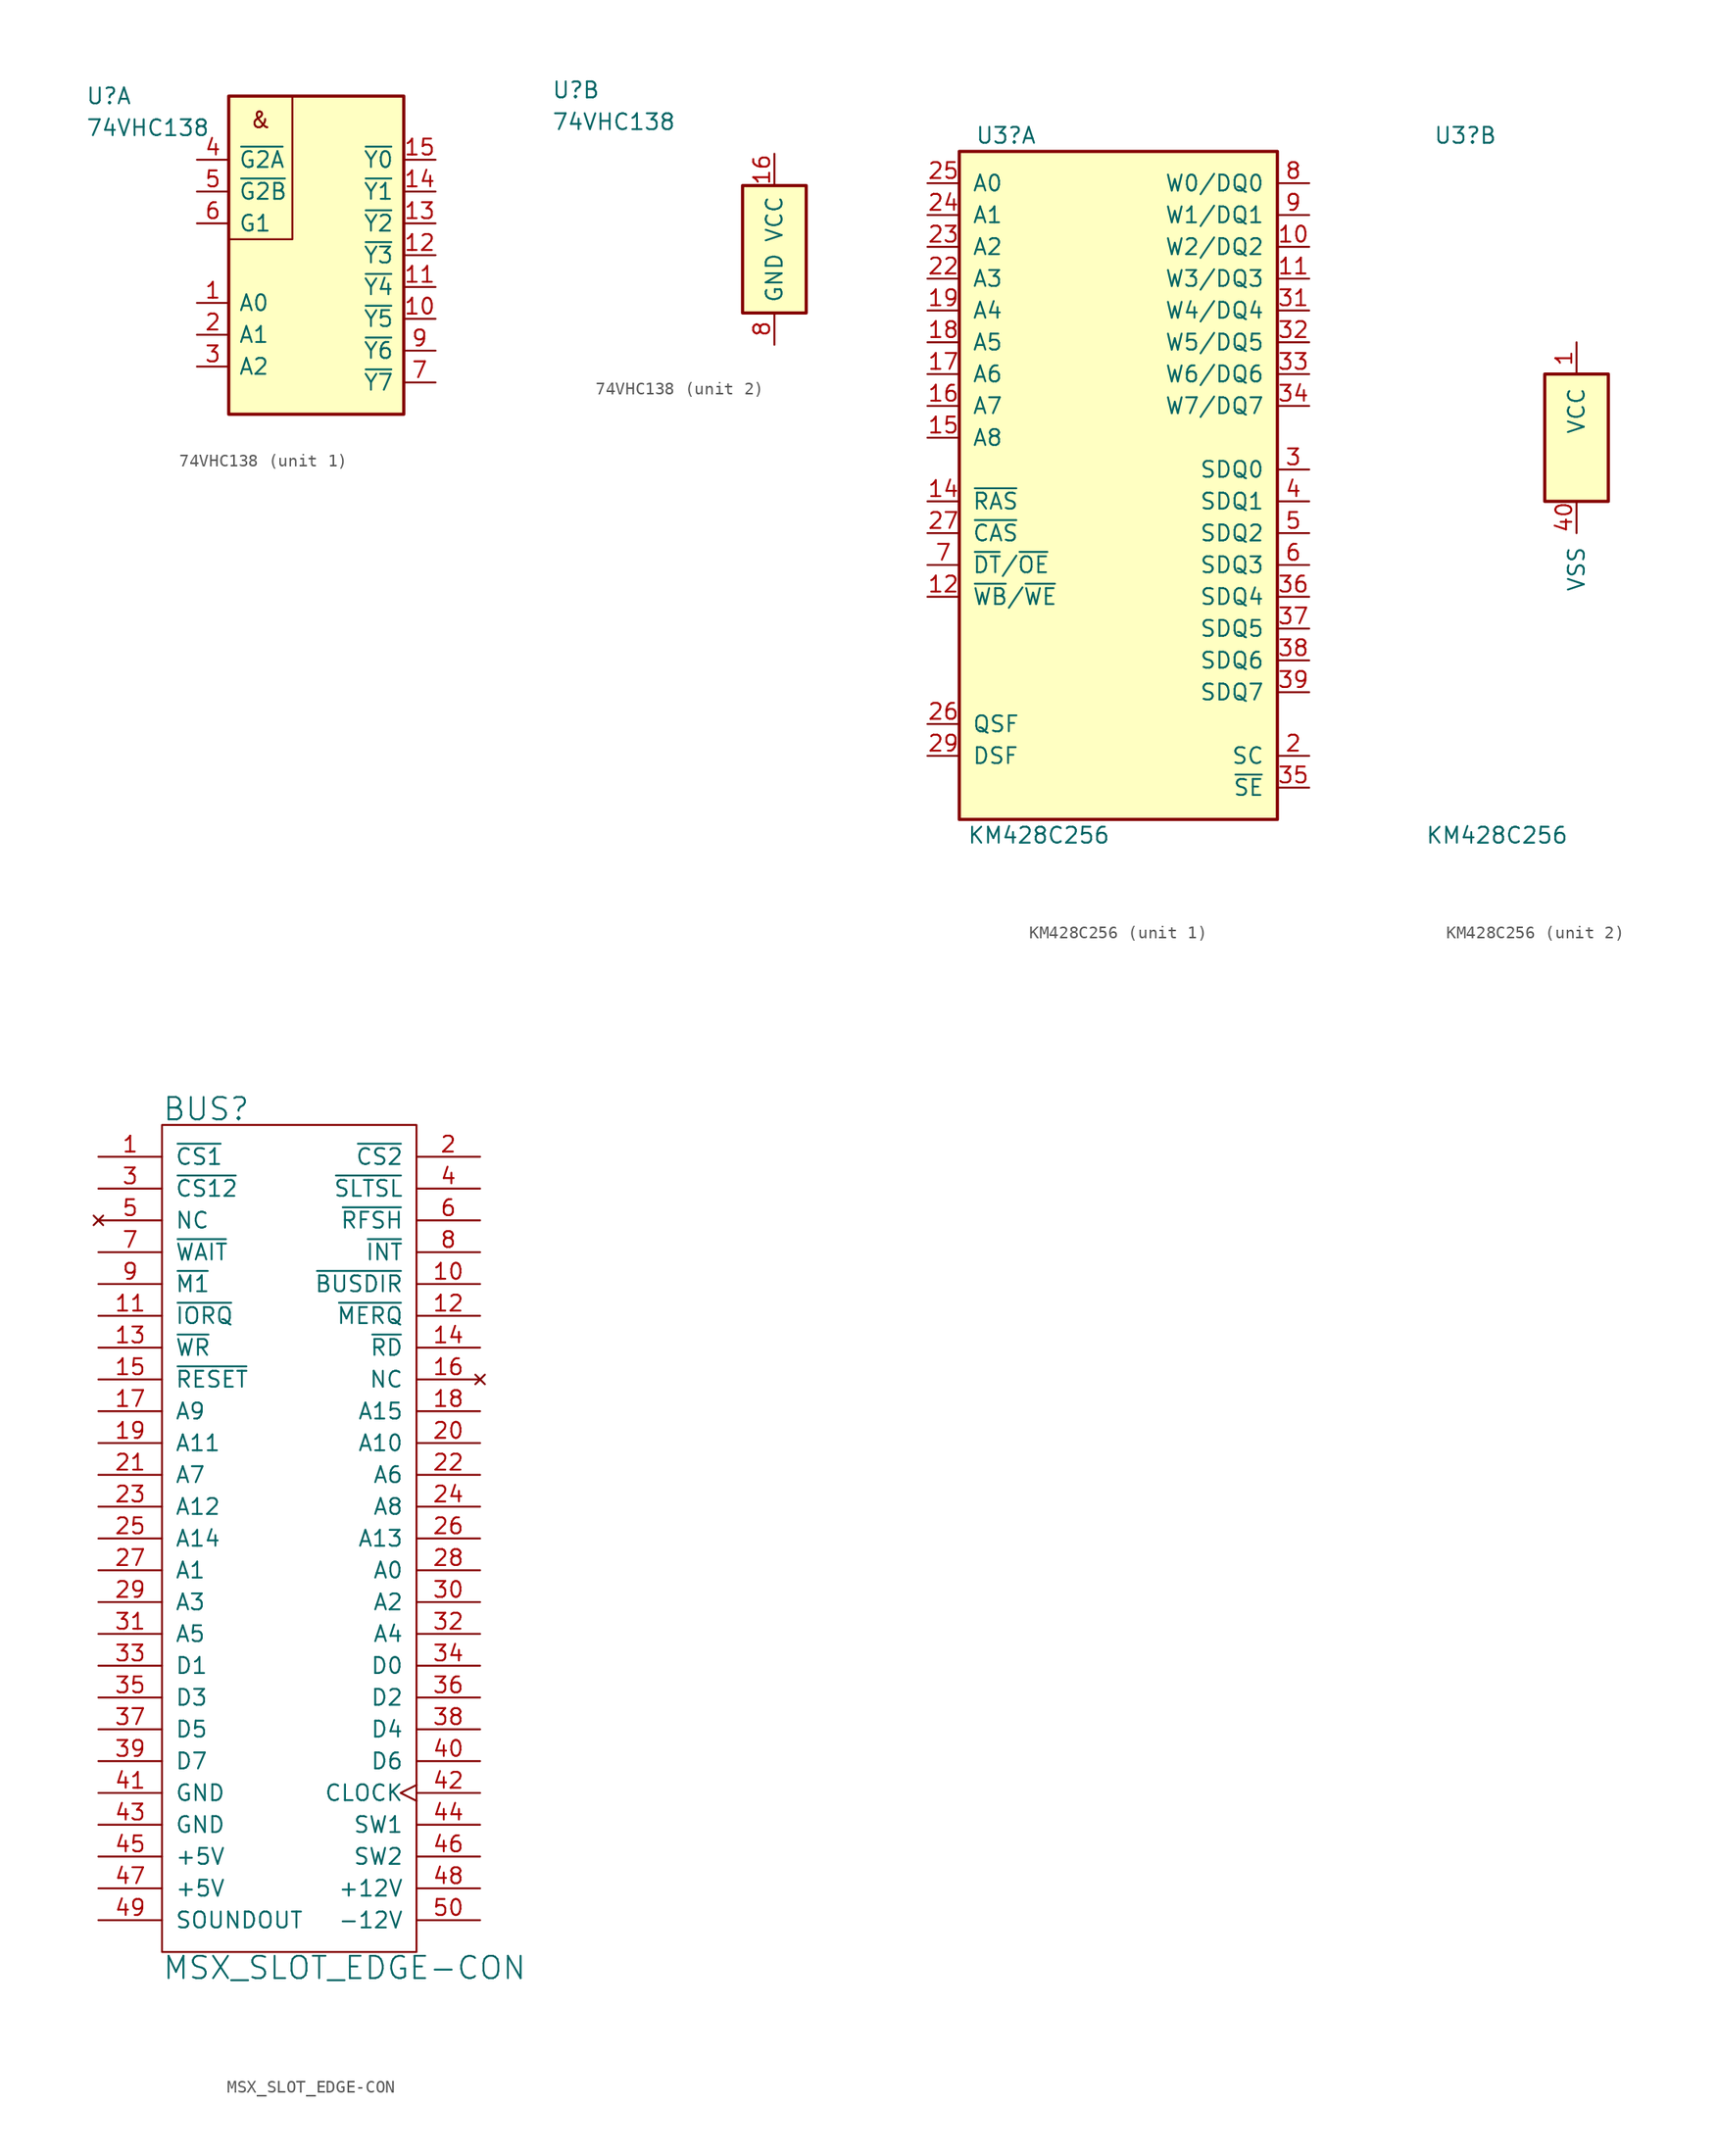
<source format=kicad_sym>
(kicad_symbol_lib
  (version 20211014)
  (generator kicad_symbol_editor)
  (symbol "74VHC138"
    (pin_names
      (offset 0.762))
    (property "Reference" "U"
      (at -17.78 12.7 0)
      (effects (font (size 1.27 1.27)) (justify left)))
    (property "Value" "74VHC138"
      (at -17.78 10.16 0)
      (effects (font (size 1.27 1.27)) (justify left)))
    (property "ki_locked" ""
      (at 0 0 0)
      (effects (font (size 1.27 1.27))))
    (symbol "74VHC138_1_0"
      (polyline (pts (xy -1.27 12.7) (xy -1.27 1.27) (xy -6.35 1.27) (xy -6.35 1.27)) (stroke (width 0) (type default) (color 0 0 0 0)) (fill (type none)))
      (text "&" (at -3.81 10.795 0) (effects (font (size 1.27 1.27)))))
    (symbol "74VHC138_1_1"
      (rectangle (start -6.35 12.7) (end 7.62 -12.7) (stroke (width 0.254) (type default) (color 0 0 0 0)) (fill (type background)))
      (pin input line (at -8.89 -3.81 0) (length 2.54) (name "A0" (effects (font (size 1.27 1.27)))) (number "1" (effects (font (size 1.27 1.27)))))
      (pin output line (at 10.16 -5.08 180) (length 2.54) (name "~{Y5}" (effects (font (size 1.27 1.27)))) (number "10" (effects (font (size 1.27 1.27)))))
      (pin output line (at 10.16 -2.54 180) (length 2.54) (name "~{Y4}" (effects (font (size 1.27 1.27)))) (number "11" (effects (font (size 1.27 1.27)))))
      (pin output line (at 10.16 0 180) (length 2.54) (name "~{Y3}" (effects (font (size 1.27 1.27)))) (number "12" (effects (font (size 1.27 1.27)))))
      (pin output line (at 10.16 2.54 180) (length 2.54) (name "~{Y2}" (effects (font (size 1.27 1.27)))) (number "13" (effects (font (size 1.27 1.27)))))
      (pin output line (at 10.16 5.08 180) (length 2.54) (name "~{Y1}" (effects (font (size 1.27 1.27)))) (number "14" (effects (font (size 1.27 1.27)))))
      (pin output line (at 10.16 7.62 180) (length 2.54) (name "~{Y0}" (effects (font (size 1.27 1.27)))) (number "15" (effects (font (size 1.27 1.27)))))
      (pin input line (at -8.89 -6.35 0) (length 2.54) (name "A1" (effects (font (size 1.27 1.27)))) (number "2" (effects (font (size 1.27 1.27)))))
      (pin input line (at -8.89 -8.89 0) (length 2.54) (name "A2" (effects (font (size 1.27 1.27)))) (number "3" (effects (font (size 1.27 1.27)))))
      (pin input line (at -8.89 7.62 0) (length 2.54) (name "~{G2A}" (effects (font (size 1.27 1.27)))) (number "4" (effects (font (size 1.27 1.27)))))
      (pin input line (at -8.89 5.08 0) (length 2.54) (name "~{G2B}" (effects (font (size 1.27 1.27)))) (number "5" (effects (font (size 1.27 1.27)))))
      (pin input line (at -8.89 2.54 0) (length 2.54) (name "G1" (effects (font (size 1.27 1.27)))) (number "6" (effects (font (size 1.27 1.27)))))
      (pin output line (at 10.16 -10.16 180) (length 2.54) (name "~{Y7}" (effects (font (size 1.27 1.27)))) (number "7" (effects (font (size 1.27 1.27)))))
      (pin output line (at 10.16 -7.62 180) (length 2.54) (name "~{Y6}" (effects (font (size 1.27 1.27)))) (number "9" (effects (font (size 1.27 1.27))))))
    (symbol "74VHC138_2_0"
      (rectangle (start -2.54 5.08) (end 2.54 -5.08) (stroke (width 0.254) (type default) (color 0 0 0 0)) (fill (type background)))
      (pin power_in line (at 0 7.62 270) (length 2.54) (name "VCC" (effects (font (size 1.27 1.27)))) (number "16" (effects (font (size 1.27 1.27))))))
    (symbol "74VHC138_2_1"
      (pin power_in line (at 0 -7.62 90) (length 2.54) (name "GND" (effects (font (size 1.27 1.27)))) (number "8" (effects (font (size 1.27 1.27)))))))
  (symbol "KM428C256"
    (pin_names
      (offset 1.016))
    (property "Reference" "U3"
      (at -11.43 24.13 0)
      (effects (font (size 1.27 1.27)) (justify left)))
    (property "Value" "KM428C256"
      (at -6.35 -31.75 0)
      (effects (font (size 1.27 1.27))))
    (property "ki_locked" ""
      (at 0 0 0)
      (effects (font (size 1.27 1.27))))
    (symbol "KM428C256_1_1"
      (rectangle (start -12.7 22.86) (end 12.7 -30.48) (stroke (width 0.254) (type default) (color 0 0 0 0)) (fill (type background)))
      (pin bidirectional line (at 15.24 15.24 180) (length 2.54) (name "W2/DQ2" (effects (font (size 1.27 1.27)))) (number "10" (effects (font (size 1.27 1.27)))))
      (pin bidirectional line (at 15.24 12.7 180) (length 2.54) (name "W3/DQ3" (effects (font (size 1.27 1.27)))) (number "11" (effects (font (size 1.27 1.27)))))
      (pin input line (at -15.24 -12.7 0) (length 2.54) (name "~{WB}/~{WE}" (effects (font (size 1.27 1.27)))) (number "12" (effects (font (size 1.27 1.27)))))
      (pin input line (at -15.24 -5.08 0) (length 2.54) (name "~{RAS}" (effects (font (size 1.27 1.27)))) (number "14" (effects (font (size 1.27 1.27)))))
      (pin input line (at -15.24 0 0) (length 2.54) (name "A8" (effects (font (size 1.27 1.27)))) (number "15" (effects (font (size 1.27 1.27)))))
      (pin input line (at -15.24 2.54 0) (length 2.54) (name "A7" (effects (font (size 1.27 1.27)))) (number "16" (effects (font (size 1.27 1.27)))))
      (pin input line (at -15.24 5.08 0) (length 2.54) (name "A6" (effects (font (size 1.27 1.27)))) (number "17" (effects (font (size 1.27 1.27)))))
      (pin input line (at -15.24 7.62 0) (length 2.54) (name "A5" (effects (font (size 1.27 1.27)))) (number "18" (effects (font (size 1.27 1.27)))))
      (pin input line (at -15.24 10.16 0) (length 2.54) (name "A4" (effects (font (size 1.27 1.27)))) (number "19" (effects (font (size 1.27 1.27)))))
      (pin input line (at 15.24 -25.4 180) (length 2.54) (name "SC" (effects (font (size 1.27 1.27)))) (number "2" (effects (font (size 1.27 1.27)))))
      (pin input line (at -15.24 12.7 0) (length 2.54) (name "A3" (effects (font (size 1.27 1.27)))) (number "22" (effects (font (size 1.27 1.27)))))
      (pin input line (at -15.24 15.24 0) (length 2.54) (name "A2" (effects (font (size 1.27 1.27)))) (number "23" (effects (font (size 1.27 1.27)))))
      (pin input line (at -15.24 17.78 0) (length 2.54) (name "A1" (effects (font (size 1.27 1.27)))) (number "24" (effects (font (size 1.27 1.27)))))
      (pin input line (at -15.24 20.32 0) (length 2.54) (name "A0" (effects (font (size 1.27 1.27)))) (number "25" (effects (font (size 1.27 1.27)))))
      (pin input line (at -15.24 -22.86 0) (length 2.54) (name "QSF" (effects (font (size 1.27 1.27)))) (number "26" (effects (font (size 1.27 1.27)))))
      (pin input line (at -15.24 -7.62 0) (length 2.54) (name "~{CAS}" (effects (font (size 1.27 1.27)))) (number "27" (effects (font (size 1.27 1.27)))))
      (pin no_connect line (at 10.16 0 180) (length 2.54) hide (name "N/C" (effects (font (size 1.27 1.27)))) (number "28" (effects (font (size 1.27 1.27)))))
      (pin input line (at -15.24 -25.4 0) (length 2.54) (name "DSF" (effects (font (size 1.27 1.27)))) (number "29" (effects (font (size 1.27 1.27)))))
      (pin bidirectional line (at 15.24 -2.54 180) (length 2.54) (name "SDQ0" (effects (font (size 1.27 1.27)))) (number "3" (effects (font (size 1.27 1.27)))))
      (pin bidirectional line (at 15.24 10.16 180) (length 2.54) (name "W4/DQ4" (effects (font (size 1.27 1.27)))) (number "31" (effects (font (size 1.27 1.27)))))
      (pin bidirectional line (at 15.24 7.62 180) (length 2.54) (name "W5/DQ5" (effects (font (size 1.27 1.27)))) (number "32" (effects (font (size 1.27 1.27)))))
      (pin bidirectional line (at 15.24 5.08 180) (length 2.54) (name "W6/DQ6" (effects (font (size 1.27 1.27)))) (number "33" (effects (font (size 1.27 1.27)))))
      (pin bidirectional line (at 15.24 2.54 180) (length 2.54) (name "W7/DQ7" (effects (font (size 1.27 1.27)))) (number "34" (effects (font (size 1.27 1.27)))))
      (pin input line (at 15.24 -27.94 180) (length 2.54) (name "~{SE}" (effects (font (size 1.27 1.27)))) (number "35" (effects (font (size 1.27 1.27)))))
      (pin bidirectional line (at 15.24 -12.7 180) (length 2.54) (name "SDQ4" (effects (font (size 1.27 1.27)))) (number "36" (effects (font (size 1.27 1.27)))))
      (pin bidirectional line (at 15.24 -15.24 180) (length 2.54) (name "SDQ5" (effects (font (size 1.27 1.27)))) (number "37" (effects (font (size 1.27 1.27)))))
      (pin bidirectional line (at 15.24 -17.78 180) (length 2.54) (name "SDQ6" (effects (font (size 1.27 1.27)))) (number "38" (effects (font (size 1.27 1.27)))))
      (pin bidirectional line (at 15.24 -20.32 180) (length 2.54) (name "SDQ7" (effects (font (size 1.27 1.27)))) (number "39" (effects (font (size 1.27 1.27)))))
      (pin bidirectional line (at 15.24 -5.08 180) (length 2.54) (name "SDQ1" (effects (font (size 1.27 1.27)))) (number "4" (effects (font (size 1.27 1.27)))))
      (pin bidirectional line (at 15.24 -7.62 180) (length 2.54) (name "SDQ2" (effects (font (size 1.27 1.27)))) (number "5" (effects (font (size 1.27 1.27)))))
      (pin bidirectional line (at 15.24 -10.16 180) (length 2.54) (name "SDQ3" (effects (font (size 1.27 1.27)))) (number "6" (effects (font (size 1.27 1.27)))))
      (pin input line (at -15.24 -10.16 0) (length 2.54) (name "~{DT}/~{OE}" (effects (font (size 1.27 1.27)))) (number "7" (effects (font (size 1.27 1.27)))))
      (pin bidirectional line (at 15.24 20.32 180) (length 2.54) (name "W0/DQ0" (effects (font (size 1.27 1.27)))) (number "8" (effects (font (size 1.27 1.27)))))
      (pin bidirectional line (at 15.24 17.78 180) (length 2.54) (name "W1/DQ1" (effects (font (size 1.27 1.27)))) (number "9" (effects (font (size 1.27 1.27))))))
    (symbol "KM428C256_2_1"
      (rectangle (start -2.54 5.08) (end 2.54 -5.08) (stroke (width 0.254) (type default) (color 0 0 0 0)) (fill (type background)))
      (pin power_in line (at 0 7.62 270) (length 2.54) (name "VCC" (effects (font (size 1.27 1.27)))) (number "1" (effects (font (size 1.27 1.27)))))
      (pin passive line (at 5.08 -7.62 90) (length 2.54) hide (name "VSS" (effects (font (size 1.27 1.27)))) (number "13" (effects (font (size 1.27 1.27)))))
      (pin passive line (at 0 7.62 270) (length 2.54) hide (name "VCC" (effects (font (size 1.27 1.27)))) (number "20" (effects (font (size 1.27 1.27)))))
      (pin passive line (at 2.54 -7.62 90) (length 2.54) hide (name "VSS" (effects (font (size 1.27 1.27)))) (number "21" (effects (font (size 1.27 1.27)))))
      (pin passive line (at -2.54 -7.62 90) (length 2.54) hide (name "VSS" (effects (font (size 1.27 1.27)))) (number "30" (effects (font (size 1.27 1.27)))))
      (pin passive line (at 0 -5.08 270) (length 2.54) (name "VSS" (effects (font (size 1.27 1.27)))) (number "40" (effects (font (size 1.27 1.27)))))))
  (symbol "MSX_SLOT_EDGE-CON"
    (pin_names
      (offset 1.016))
    (property "Reference" "BUS"
      (at -10.16 34.29 0)
      (effects (font (size 1.778 1.778)) (justify left)))
    (property "Value" "MSX_SLOT_EDGE-CON"
      (at -10.16 -34.29 0)
      (effects (font (size 1.778 1.778)) (justify left)))
    (symbol "MSX_SLOT_EDGE-CON_0_1"
      (rectangle (start -10.16 -33.02) (end 10.16 33.02) (stroke (width 0) (type default) (color 0 0 0 0)) (fill (type none))))
    (symbol "MSX_SLOT_EDGE-CON_1_1"
      (pin output line (at -15.24 30.48 0) (length 5.08) (name "~{CS1}" (effects (font (size 1.27 1.27)))) (number "1" (effects (font (size 1.27 1.27)))))
      (pin output line (at 15.24 20.32 180) (length 5.08) (name "~{BUSDIR}" (effects (font (size 1.27 1.27)))) (number "10" (effects (font (size 1.27 1.27)))))
      (pin output line (at -15.24 17.78 0) (length 5.08) (name "~{IORQ}" (effects (font (size 1.27 1.27)))) (number "11" (effects (font (size 1.27 1.27)))))
      (pin input line (at 15.24 17.78 180) (length 5.08) (name "~{MERQ}" (effects (font (size 1.27 1.27)))) (number "12" (effects (font (size 1.27 1.27)))))
      (pin output line (at -15.24 15.24 0) (length 5.08) (name "~{WR}" (effects (font (size 1.27 1.27)))) (number "13" (effects (font (size 1.27 1.27)))))
      (pin output line (at 15.24 15.24 180) (length 5.08) (name "~{RD}" (effects (font (size 1.27 1.27)))) (number "14" (effects (font (size 1.27 1.27)))))
      (pin output line (at -15.24 12.7 0) (length 5.08) (name "~{RESET}" (effects (font (size 1.27 1.27)))) (number "15" (effects (font (size 1.27 1.27)))))
      (pin no_connect line (at 15.24 12.7 180) (length 5.08) (name "NC" (effects (font (size 1.27 1.27)))) (number "16" (effects (font (size 1.27 1.27)))))
      (pin output line (at -15.24 10.16 0) (length 5.08) (name "A9" (effects (font (size 1.27 1.27)))) (number "17" (effects (font (size 1.27 1.27)))))
      (pin output line (at 15.24 10.16 180) (length 5.08) (name "A15" (effects (font (size 1.27 1.27)))) (number "18" (effects (font (size 1.27 1.27)))))
      (pin output line (at -15.24 7.62 0) (length 5.08) (name "A11" (effects (font (size 1.27 1.27)))) (number "19" (effects (font (size 1.27 1.27)))))
      (pin output line (at 15.24 30.48 180) (length 5.08) (name "~{CS2}" (effects (font (size 1.27 1.27)))) (number "2" (effects (font (size 1.27 1.27)))))
      (pin output line (at 15.24 7.62 180) (length 5.08) (name "A10" (effects (font (size 1.27 1.27)))) (number "20" (effects (font (size 1.27 1.27)))))
      (pin output line (at -15.24 5.08 0) (length 5.08) (name "A7" (effects (font (size 1.27 1.27)))) (number "21" (effects (font (size 1.27 1.27)))))
      (pin output line (at 15.24 5.08 180) (length 5.08) (name "A6" (effects (font (size 1.27 1.27)))) (number "22" (effects (font (size 1.27 1.27)))))
      (pin output line (at -15.24 2.54 0) (length 5.08) (name "A12" (effects (font (size 1.27 1.27)))) (number "23" (effects (font (size 1.27 1.27)))))
      (pin output line (at 15.24 2.54 180) (length 5.08) (name "A8" (effects (font (size 1.27 1.27)))) (number "24" (effects (font (size 1.27 1.27)))))
      (pin output line (at -15.24 0 0) (length 5.08) (name "A14" (effects (font (size 1.27 1.27)))) (number "25" (effects (font (size 1.27 1.27)))))
      (pin output line (at 15.24 0 180) (length 5.08) (name "A13" (effects (font (size 1.27 1.27)))) (number "26" (effects (font (size 1.27 1.27)))))
      (pin output line (at -15.24 -2.54 0) (length 5.08) (name "A1" (effects (font (size 1.27 1.27)))) (number "27" (effects (font (size 1.27 1.27)))))
      (pin output line (at 15.24 -2.54 180) (length 5.08) (name "A0" (effects (font (size 1.27 1.27)))) (number "28" (effects (font (size 1.27 1.27)))))
      (pin output line (at -15.24 -5.08 0) (length 5.08) (name "A3" (effects (font (size 1.27 1.27)))) (number "29" (effects (font (size 1.27 1.27)))))
      (pin output line (at -15.24 27.94 0) (length 5.08) (name "~{CS12}" (effects (font (size 1.27 1.27)))) (number "3" (effects (font (size 1.27 1.27)))))
      (pin output line (at 15.24 -5.08 180) (length 5.08) (name "A2" (effects (font (size 1.27 1.27)))) (number "30" (effects (font (size 1.27 1.27)))))
      (pin output line (at -15.24 -7.62 0) (length 5.08) (name "A5" (effects (font (size 1.27 1.27)))) (number "31" (effects (font (size 1.27 1.27)))))
      (pin output line (at 15.24 -7.62 180) (length 5.08) (name "A4" (effects (font (size 1.27 1.27)))) (number "32" (effects (font (size 1.27 1.27)))))
      (pin tri_state line (at -15.24 -10.16 0) (length 5.08) (name "D1" (effects (font (size 1.27 1.27)))) (number "33" (effects (font (size 1.27 1.27)))))
      (pin tri_state line (at 15.24 -10.16 180) (length 5.08) (name "D0" (effects (font (size 1.27 1.27)))) (number "34" (effects (font (size 1.27 1.27)))))
      (pin tri_state line (at -15.24 -12.7 0) (length 5.08) (name "D3" (effects (font (size 1.27 1.27)))) (number "35" (effects (font (size 1.27 1.27)))))
      (pin tri_state line (at 15.24 -12.7 180) (length 5.08) (name "D2~{}" (effects (font (size 1.27 1.27)))) (number "36" (effects (font (size 1.27 1.27)))))
      (pin tri_state line (at -15.24 -15.24 0) (length 5.08) (name "D5" (effects (font (size 1.27 1.27)))) (number "37" (effects (font (size 1.27 1.27)))))
      (pin tri_state line (at 15.24 -15.24 180) (length 5.08) (name "D4" (effects (font (size 1.27 1.27)))) (number "38" (effects (font (size 1.27 1.27)))))
      (pin tri_state line (at -15.24 -17.78 0) (length 5.08) (name "D7" (effects (font (size 1.27 1.27)))) (number "39" (effects (font (size 1.27 1.27)))))
      (pin output line (at 15.24 27.94 180) (length 5.08) (name "~{SLTSL}" (effects (font (size 1.27 1.27)))) (number "4" (effects (font (size 1.27 1.27)))))
      (pin tri_state line (at 15.24 -17.78 180) (length 5.08) (name "D6" (effects (font (size 1.27 1.27)))) (number "40" (effects (font (size 1.27 1.27)))))
      (pin power_in line (at -15.24 -20.32 0) (length 5.08) (name "GND" (effects (font (size 1.27 1.27)))) (number "41" (effects (font (size 1.27 1.27)))))
      (pin output clock (at 15.24 -20.32 180) (length 5.08) (name "CLOCK" (effects (font (size 1.27 1.27)))) (number "42" (effects (font (size 1.27 1.27)))))
      (pin power_in line (at -15.24 -22.86 0) (length 5.08) (name "GND" (effects (font (size 1.27 1.27)))) (number "43" (effects (font (size 1.27 1.27)))))
      (pin passive line (at 15.24 -22.86 180) (length 5.08) (name "SW1" (effects (font (size 1.27 1.27)))) (number "44" (effects (font (size 1.27 1.27)))))
      (pin power_in line (at -15.24 -25.4 0) (length 5.08) (name "+5V" (effects (font (size 1.27 1.27)))) (number "45" (effects (font (size 1.27 1.27)))))
      (pin passive line (at 15.24 -25.4 180) (length 5.08) (name "SW2" (effects (font (size 1.27 1.27)))) (number "46" (effects (font (size 1.27 1.27)))))
      (pin power_in line (at -15.24 -27.94 0) (length 5.08) (name "+5V" (effects (font (size 1.27 1.27)))) (number "47" (effects (font (size 1.27 1.27)))))
      (pin power_in line (at 15.24 -27.94 180) (length 5.08) (name "+12V" (effects (font (size 1.27 1.27)))) (number "48" (effects (font (size 1.27 1.27)))))
      (pin output line (at -15.24 -30.48 0) (length 5.08) (name "SOUNDOUT" (effects (font (size 1.27 1.27)))) (number "49" (effects (font (size 1.27 1.27)))))
      (pin no_connect line (at -15.24 25.4 0) (length 5.08) (name "NC" (effects (font (size 1.27 1.27)))) (number "5" (effects (font (size 1.27 1.27)))))
      (pin power_in line (at 15.24 -30.48 180) (length 5.08) (name "-12V" (effects (font (size 1.27 1.27)))) (number "50" (effects (font (size 1.27 1.27)))))
      (pin output line (at 15.24 25.4 180) (length 5.08) (name "~{RFSH}" (effects (font (size 1.27 1.27)))) (number "6" (effects (font (size 1.27 1.27)))))
      (pin input line (at -15.24 22.86 0) (length 5.08) (name "~{WAIT}" (effects (font (size 1.27 1.27)))) (number "7" (effects (font (size 1.27 1.27)))))
      (pin open_collector line (at 15.24 22.86 180) (length 5.08) (name "~{INT}" (effects (font (size 1.27 1.27)))) (number "8" (effects (font (size 1.27 1.27)))))
      (pin output line (at -15.24 20.32 0) (length 5.08) (name "~{M1}" (effects (font (size 1.27 1.27)))) (number "9" (effects (font (size 1.27 1.27))))))))
</source>
